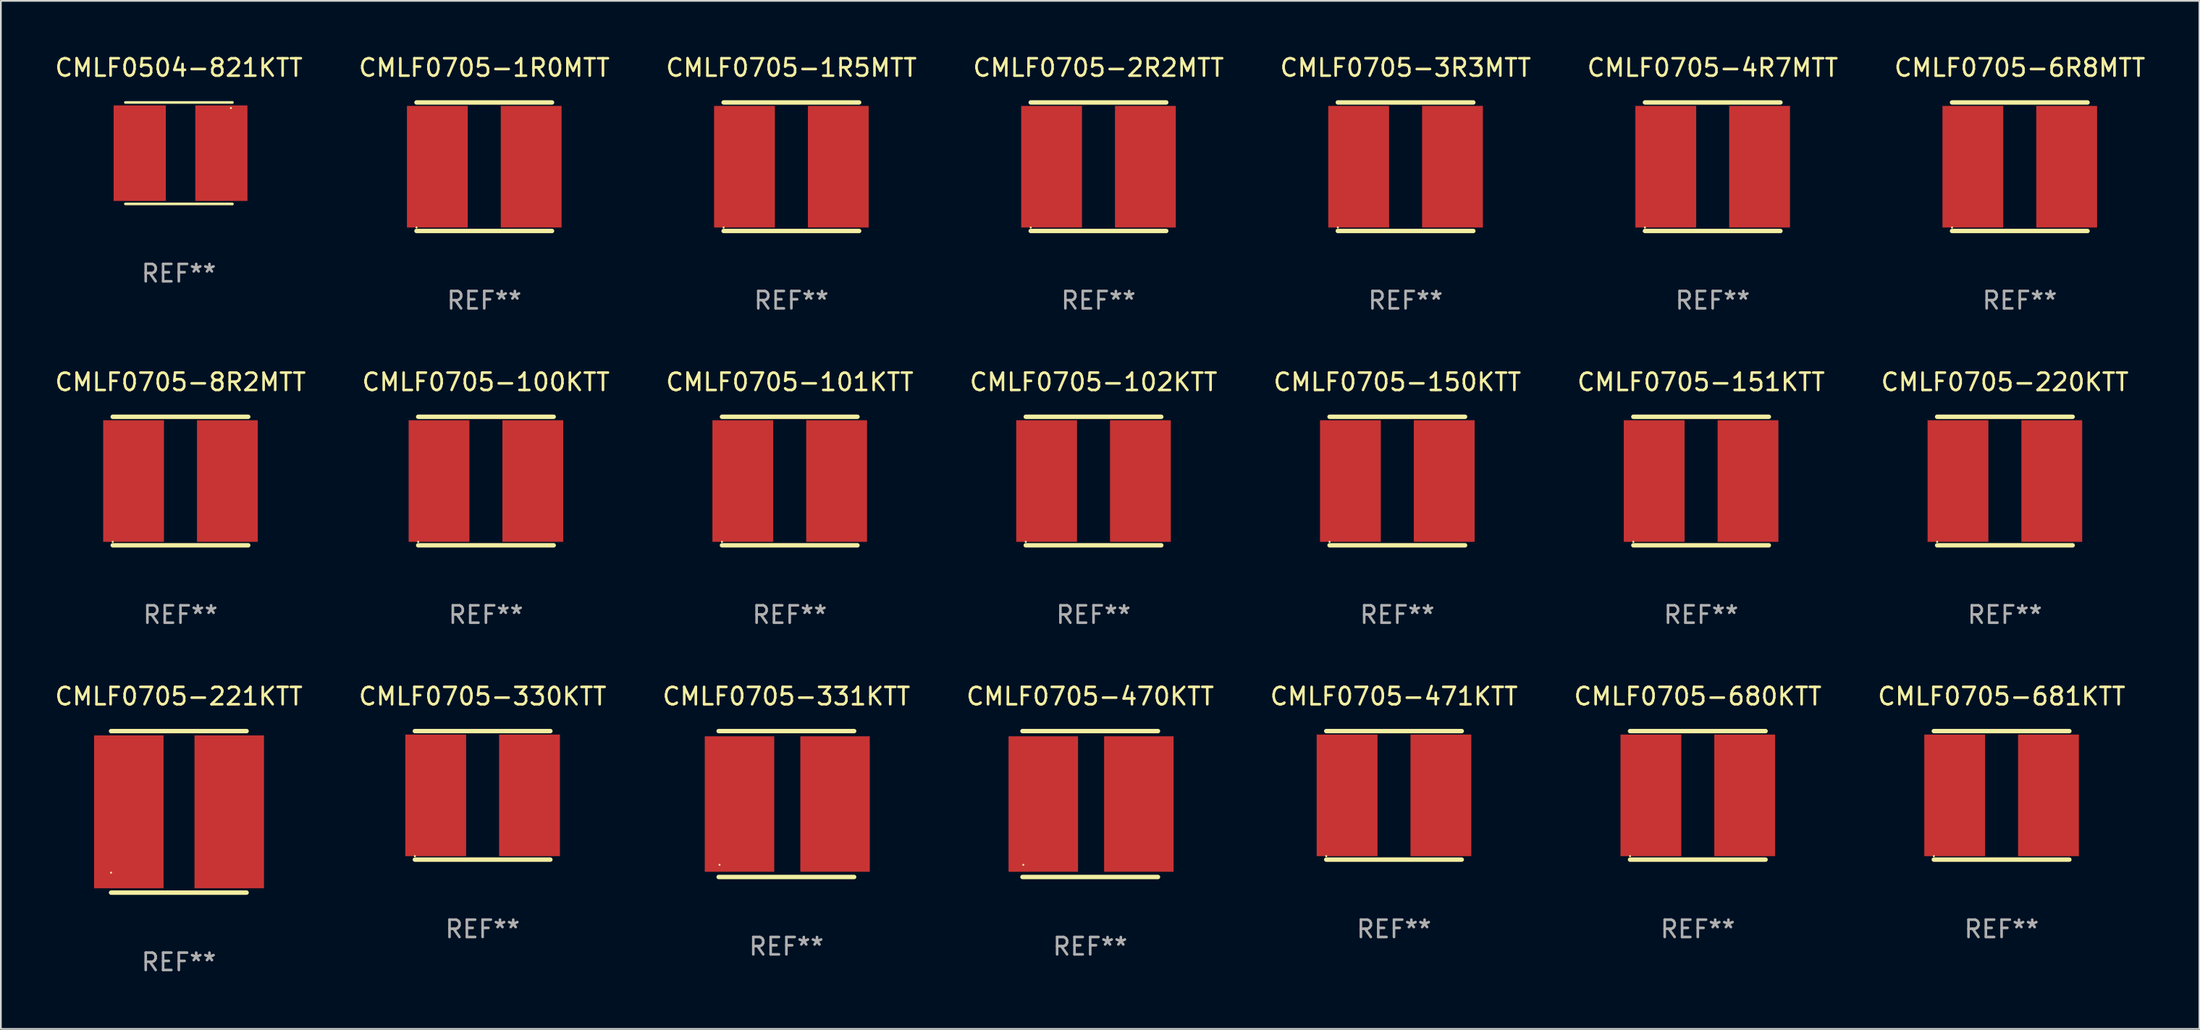
<source format=kicad_pcb>
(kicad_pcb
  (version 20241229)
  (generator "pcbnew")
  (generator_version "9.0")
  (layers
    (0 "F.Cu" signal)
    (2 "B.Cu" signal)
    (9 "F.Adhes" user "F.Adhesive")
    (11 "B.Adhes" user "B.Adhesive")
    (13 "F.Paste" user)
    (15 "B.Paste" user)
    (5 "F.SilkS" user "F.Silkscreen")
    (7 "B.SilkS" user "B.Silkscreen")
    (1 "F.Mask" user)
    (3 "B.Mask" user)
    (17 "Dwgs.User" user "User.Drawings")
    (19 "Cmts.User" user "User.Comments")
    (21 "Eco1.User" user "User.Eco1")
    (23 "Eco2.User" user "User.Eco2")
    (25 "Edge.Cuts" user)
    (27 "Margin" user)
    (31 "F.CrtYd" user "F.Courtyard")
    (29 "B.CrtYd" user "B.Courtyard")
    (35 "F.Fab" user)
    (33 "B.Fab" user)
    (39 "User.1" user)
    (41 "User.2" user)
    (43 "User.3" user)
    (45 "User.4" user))
  (footprint "CMLF0504-821KTT"
    (layer "F.Cu")
    (at 7.244 5.769)
    (property "Reference" "CMLF0504-821KTT" (at 0 -4.921 0) (layer "F.SilkS") (effects (font (size 1 1) (thickness 0.15))))
    (attr through_hole)
    (fp_line (start -3.076 2.921) (end 3.076 2.921) (stroke (width 0.152) (type solid)) (layer "F.SilkS"))
    (fp_line (start -3.076 -2.921) (end 3.076 -2.921) (stroke (width 0.152) (type solid)) (layer "F.SilkS"))
    (fp_line (start 3.076 2.921) (end 3.076 2.921) (stroke (width 0.152) (type solid)) (layer "F.SilkS"))
    (fp_line (start 3.076 -2.921) (end 3.076 -2.921) (stroke (width 0.152) (type solid)) (layer "F.SilkS"))
    (fp_circle (center 2.999 -2.6) (end 3.029 -2.6) (stroke (width 0.06) (type solid)) (fill no) (layer "F.SilkS"))
    (fp_text user "REF**" (at 0 6.921 0) (layer "F.Fab") (effects (font (size 1 1) (thickness 0.15))))
    (pad "1" smd rect (at 2.45 -0.000013) (size 3 5.5) (layers "F.Cu" "F.Mask" "F.Paste"))
    (pad "2" smd rect (at -2.251 -0.000013) (size 3 5.5) (layers "F.Cu" "F.Mask" "F.Paste")))
  (footprint "CMLF0705-8R2MTT"
    (layer "F.Cu")
    (at 7.339 24.645)
    (property "Reference" "CMLF0705-8R2MTT" (at 0 -5.7 0) (layer "F.SilkS") (effects (font (size 1 1) (thickness 0.15))))
    (attr through_hole)
    (fp_line (start -3.9 -3.7) (end 3.9 -3.7) (stroke (width 0.254) (type solid)) (layer "F.SilkS"))
    (fp_line (start -3.9 3.7) (end 3.9 3.7) (stroke (width 0.254) (type solid)) (layer "F.SilkS"))
    (fp_circle (center -3.9 3.5) (end -3.87 3.5) (stroke (width 0.06) (type solid)) (fill no) (layer "F.SilkS"))
    (fp_text user "REF**" (at 0 7.7 0) (layer "F.Fab") (effects (font (size 1 1) (thickness 0.15))))
    (pad "1" smd rect (at -2.7 0) (size 3.5 7) (layers "F.Cu" "F.Mask" "F.Paste"))
    (pad "2" smd rect (at 2.7 0) (size 3.5 7) (layers "F.Cu" "F.Mask" "F.Paste")))
  (footprint "CMLF0705-3R3MTT"
    (layer "F.Cu")
    (at 77.863 6.548)
    (property "Reference" "CMLF0705-3R3MTT" (at 0 -5.7 0) (layer "F.SilkS") (effects (font (size 1 1) (thickness 0.15))))
    (attr through_hole)
    (fp_line (start -3.9 -3.7) (end 3.9 -3.7) (stroke (width 0.254) (type solid)) (layer "F.SilkS"))
    (fp_line (start -3.9 3.7) (end 3.9 3.7) (stroke (width 0.254) (type solid)) (layer "F.SilkS"))
    (fp_circle (center -3.9 3.5) (end -3.87 3.5) (stroke (width 0.06) (type solid)) (fill no) (layer "F.SilkS"))
    (fp_text user "REF**" (at 0 7.7 0) (layer "F.Fab") (effects (font (size 1 1) (thickness 0.15))))
    (pad "1" smd rect (at -2.7 0) (size 3.5 7) (layers "F.Cu" "F.Mask" "F.Paste"))
    (pad "2" smd rect (at 2.7 0) (size 3.5 7) (layers "F.Cu" "F.Mask" "F.Paste")))
  (footprint "CMLF0705-100KTT"
    (layer "F.Cu")
    (at 24.923 24.645)
    (property "Reference" "CMLF0705-100KTT" (at 0 -5.7 0) (layer "F.SilkS") (effects (font (size 1 1) (thickness 0.15))))
    (attr through_hole)
    (fp_line (start -3.9 -3.7) (end 3.9 -3.7) (stroke (width 0.254) (type solid)) (layer "F.SilkS"))
    (fp_line (start -3.9 3.7) (end 3.9 3.7) (stroke (width 0.254) (type solid)) (layer "F.SilkS"))
    (fp_circle (center -3.9 3.5) (end -3.87 3.5) (stroke (width 0.06) (type solid)) (fill no) (layer "F.SilkS"))
    (fp_text user "REF**" (at 0 7.7 0) (layer "F.Fab") (effects (font (size 1 1) (thickness 0.15))))
    (pad "1" smd rect (at -2.7 0) (size 3.5 7) (layers "F.Cu" "F.Mask" "F.Paste"))
    (pad "2" smd rect (at 2.7 0) (size 3.5 7) (layers "F.Cu" "F.Mask" "F.Paste")))
  (footprint "CMLF0705-331KTT"
    (layer "F.Cu")
    (at 42.22 43.241)
    (property "Reference" "CMLF0705-331KTT" (at 0 -6.2 0) (layer "F.SilkS") (effects (font (size 1 1) (thickness 0.15))))
    (attr through_hole)
    (fp_line (start -3.9 -4.2) (end 3.9 -4.2) (stroke (width 0.254) (type solid)) (layer "F.SilkS"))
    (fp_line (start -3.9 4.2) (end 3.9 4.2) (stroke (width 0.254) (type solid)) (layer "F.SilkS"))
    (fp_circle (center -3.85 3.5) (end -3.82 3.5) (stroke (width 0.06) (type solid)) (fill no) (layer "F.SilkS"))
    (fp_text user "REF**" (at 0 8.2 0) (layer "F.Fab") (effects (font (size 1 1) (thickness 0.15))))
    (pad "1" smd rect (at -2.7 0) (size 4 7.8) (layers "F.Cu" "F.Mask" "F.Paste"))
    (pad "2" smd rect (at 2.8 0) (size 4 7.8) (layers "F.Cu" "F.Mask" "F.Paste")))
  (footprint "CMLF0705-1R5MTT"
    (layer "F.Cu")
    (at 42.506 6.548)
    (property "Reference" "CMLF0705-1R5MTT" (at 0 -5.7 0) (layer "F.SilkS") (effects (font (size 1 1) (thickness 0.15))))
    (attr through_hole)
    (fp_line (start -3.9 -3.7) (end 3.9 -3.7) (stroke (width 0.254) (type solid)) (layer "F.SilkS"))
    (fp_line (start -3.9 3.7) (end 3.9 3.7) (stroke (width 0.254) (type solid)) (layer "F.SilkS"))
    (fp_circle (center -3.9 3.5) (end -3.87 3.5) (stroke (width 0.06) (type solid)) (fill no) (layer "F.SilkS"))
    (fp_text user "REF**" (at 0 7.7 0) (layer "F.Fab") (effects (font (size 1 1) (thickness 0.15))))
    (pad "1" smd rect (at -2.7 0) (size 3.5 7) (layers "F.Cu" "F.Mask" "F.Paste"))
    (pad "2" smd rect (at 2.7 0) (size 3.5 7) (layers "F.Cu" "F.Mask" "F.Paste")))
  (footprint "CMLF0705-470KTT"
    (layer "F.Cu")
    (at 59.708 43.241)
    (property "Reference" "CMLF0705-470KTT" (at 0 -6.2 0) (layer "F.SilkS") (effects (font (size 1 1) (thickness 0.15))))
    (attr through_hole)
    (fp_line (start -3.9 -4.2) (end 3.9 -4.2) (stroke (width 0.254) (type solid)) (layer "F.SilkS"))
    (fp_line (start -3.9 4.2) (end 3.9 4.2) (stroke (width 0.254) (type solid)) (layer "F.SilkS"))
    (fp_circle (center -3.85 3.5) (end -3.82 3.5) (stroke (width 0.06) (type solid)) (fill no) (layer "F.SilkS"))
    (fp_text user "REF**" (at 0 8.2 0) (layer "F.Fab") (effects (font (size 1 1) (thickness 0.15))))
    (pad "1" smd rect (at -2.7 0) (size 4 7.8) (layers "F.Cu" "F.Mask" "F.Paste"))
    (pad "2" smd rect (at 2.8 0) (size 4 7.8) (layers "F.Cu" "F.Mask" "F.Paste")))
  (footprint "CMLF0705-220KTT"
    (layer "F.Cu")
    (at 112.363 24.645)
    (property "Reference" "CMLF0705-220KTT" (at 0 -5.7 0) (layer "F.SilkS") (effects (font (size 1 1) (thickness 0.15))))
    (attr through_hole)
    (fp_line (start -3.9 -3.7) (end 3.9 -3.7) (stroke (width 0.254) (type solid)) (layer "F.SilkS"))
    (fp_line (start -3.9 3.7) (end 3.9 3.7) (stroke (width 0.254) (type solid)) (layer "F.SilkS"))
    (fp_circle (center -3.9 3.5) (end -3.87 3.5) (stroke (width 0.06) (type solid)) (fill no) (layer "F.SilkS"))
    (fp_text user "REF**" (at 0 7.7 0) (layer "F.Fab") (effects (font (size 1 1) (thickness 0.15))))
    (pad "1" smd rect (at -2.7 0) (size 3.5 7) (layers "F.Cu" "F.Mask" "F.Paste"))
    (pad "2" smd rect (at 2.7 0) (size 3.5 7) (layers "F.Cu" "F.Mask" "F.Paste")))
  (footprint "CMLF0705-330KTT"
    (layer "F.Cu")
    (at 24.732 42.741)
    (property "Reference" "CMLF0705-330KTT" (at 0 -5.7 0) (layer "F.SilkS") (effects (font (size 1 1) (thickness 0.15))))
    (attr through_hole)
    (fp_line (start -3.9 -3.7) (end 3.9 -3.7) (stroke (width 0.254) (type solid)) (layer "F.SilkS"))
    (fp_line (start -3.9 3.7) (end 3.9 3.7) (stroke (width 0.254) (type solid)) (layer "F.SilkS"))
    (fp_circle (center -3.9 3.5) (end -3.87 3.5) (stroke (width 0.06) (type solid)) (fill no) (layer "F.SilkS"))
    (fp_text user "REF**" (at 0 7.7 0) (layer "F.Fab") (effects (font (size 1 1) (thickness 0.15))))
    (pad "1" smd rect (at -2.7 0) (size 3.5 7) (layers "F.Cu" "F.Mask" "F.Paste"))
    (pad "2" smd rect (at 2.7 0) (size 3.5 7) (layers "F.Cu" "F.Mask" "F.Paste")))
  (footprint "CMLF0705-2R2MTT"
    (layer "F.Cu")
    (at 60.185 6.548)
    (property "Reference" "CMLF0705-2R2MTT" (at 0 -5.7 0) (layer "F.SilkS") (effects (font (size 1 1) (thickness 0.15))))
    (attr through_hole)
    (fp_line (start -3.9 -3.7) (end 3.9 -3.7) (stroke (width 0.254) (type solid)) (layer "F.SilkS"))
    (fp_line (start -3.9 3.7) (end 3.9 3.7) (stroke (width 0.254) (type solid)) (layer "F.SilkS"))
    (fp_circle (center -3.9 3.5) (end -3.87 3.5) (stroke (width 0.06) (type solid)) (fill no) (layer "F.SilkS"))
    (fp_text user "REF**" (at 0 7.7 0) (layer "F.Fab") (effects (font (size 1 1) (thickness 0.15))))
    (pad "1" smd rect (at -2.7 0) (size 3.5 7) (layers "F.Cu" "F.Mask" "F.Paste"))
    (pad "2" smd rect (at 2.7 0) (size 3.5 7) (layers "F.Cu" "F.Mask" "F.Paste")))
  (footprint "CMLF0705-1R0MTT"
    (layer "F.Cu")
    (at 24.827 6.548)
    (property "Reference" "CMLF0705-1R0MTT" (at 0 -5.7 0) (layer "F.SilkS") (effects (font (size 1 1) (thickness 0.15))))
    (attr through_hole)
    (fp_line (start -3.9 -3.7) (end 3.9 -3.7) (stroke (width 0.254) (type solid)) (layer "F.SilkS"))
    (fp_line (start -3.9 3.7) (end 3.9 3.7) (stroke (width 0.254) (type solid)) (layer "F.SilkS"))
    (fp_circle (center -3.9 3.5) (end -3.87 3.5) (stroke (width 0.06) (type solid)) (fill no) (layer "F.SilkS"))
    (fp_text user "REF**" (at 0 7.7 0) (layer "F.Fab") (effects (font (size 1 1) (thickness 0.15))))
    (pad "1" smd rect (at -2.7 0) (size 3.5 7) (layers "F.Cu" "F.Mask" "F.Paste"))
    (pad "2" smd rect (at 2.7 0) (size 3.5 7) (layers "F.Cu" "F.Mask" "F.Paste")))
  (footprint "CMLF0705-681KTT"
    (layer "F.Cu")
    (at 112.173 42.741)
    (property "Reference" "CMLF0705-681KTT" (at 0 -5.7 0) (layer "F.SilkS") (effects (font (size 1 1) (thickness 0.15))))
    (attr through_hole)
    (fp_line (start -3.9 -3.7) (end 3.9 -3.7) (stroke (width 0.254) (type solid)) (layer "F.SilkS"))
    (fp_line (start -3.9 3.7) (end 3.9 3.7) (stroke (width 0.254) (type solid)) (layer "F.SilkS"))
    (fp_circle (center -3.9 3.5) (end -3.87 3.5) (stroke (width 0.06) (type solid)) (fill no) (layer "F.SilkS"))
    (fp_text user "REF**" (at 0 7.7 0) (layer "F.Fab") (effects (font (size 1 1) (thickness 0.15))))
    (pad "1" smd rect (at -2.7 0) (size 3.5 7) (layers "F.Cu" "F.Mask" "F.Paste"))
    (pad "2" smd rect (at 2.7 0) (size 3.5 7) (layers "F.Cu" "F.Mask" "F.Paste")))
  (footprint "CMLF0705-102KTT"
    (layer "F.Cu")
    (at 59.899 24.645)
    (property "Reference" "CMLF0705-102KTT" (at 0 -5.7 0) (layer "F.SilkS") (effects (font (size 1 1) (thickness 0.15))))
    (attr through_hole)
    (fp_line (start -3.9 -3.7) (end 3.9 -3.7) (stroke (width 0.254) (type solid)) (layer "F.SilkS"))
    (fp_line (start -3.9 3.7) (end 3.9 3.7) (stroke (width 0.254) (type solid)) (layer "F.SilkS"))
    (fp_circle (center -3.9 3.5) (end -3.87 3.5) (stroke (width 0.06) (type solid)) (fill no) (layer "F.SilkS"))
    (fp_text user "REF**" (at 0 7.7 0) (layer "F.Fab") (effects (font (size 1 1) (thickness 0.15))))
    (pad "1" smd rect (at -2.7 0) (size 3.5 7) (layers "F.Cu" "F.Mask" "F.Paste"))
    (pad "2" smd rect (at 2.7 0) (size 3.5 7) (layers "F.Cu" "F.Mask" "F.Paste")))
  (footprint "CMLF0705-680KTT"
    (layer "F.Cu")
    (at 94.685 42.741)
    (property "Reference" "CMLF0705-680KTT" (at 0 -5.7 0) (layer "F.SilkS") (effects (font (size 1 1) (thickness 0.15))))
    (attr through_hole)
    (fp_line (start -3.9 -3.7) (end 3.9 -3.7) (stroke (width 0.254) (type solid)) (layer "F.SilkS"))
    (fp_line (start -3.9 3.7) (end 3.9 3.7) (stroke (width 0.254) (type solid)) (layer "F.SilkS"))
    (fp_circle (center -3.9 3.5) (end -3.87 3.5) (stroke (width 0.06) (type solid)) (fill no) (layer "F.SilkS"))
    (fp_text user "REF**" (at 0 7.7 0) (layer "F.Fab") (effects (font (size 1 1) (thickness 0.15))))
    (pad "1" smd rect (at -2.7 0) (size 3.5 7) (layers "F.Cu" "F.Mask" "F.Paste"))
    (pad "2" smd rect (at 2.7 0) (size 3.5 7) (layers "F.Cu" "F.Mask" "F.Paste")))
  (footprint "CMLF0705-151KTT"
    (layer "F.Cu")
    (at 94.875 24.645)
    (property "Reference" "CMLF0705-151KTT" (at 0 -5.7 0) (layer "F.SilkS") (effects (font (size 1 1) (thickness 0.15))))
    (attr through_hole)
    (fp_line (start -3.9 -3.7) (end 3.9 -3.7) (stroke (width 0.254) (type solid)) (layer "F.SilkS"))
    (fp_line (start -3.9 3.7) (end 3.9 3.7) (stroke (width 0.254) (type solid)) (layer "F.SilkS"))
    (fp_circle (center -3.9 3.5) (end -3.87 3.5) (stroke (width 0.06) (type solid)) (fill no) (layer "F.SilkS"))
    (fp_text user "REF**" (at 0 7.7 0) (layer "F.Fab") (effects (font (size 1 1) (thickness 0.15))))
    (pad "1" smd rect (at -2.7 0) (size 3.5 7) (layers "F.Cu" "F.Mask" "F.Paste"))
    (pad "2" smd rect (at 2.7 0) (size 3.5 7) (layers "F.Cu" "F.Mask" "F.Paste")))
  (footprint "CMLF0705-150KTT"
    (layer "F.Cu")
    (at 77.387 24.645)
    (property "Reference" "CMLF0705-150KTT" (at 0 -5.7 0) (layer "F.SilkS") (effects (font (size 1 1) (thickness 0.15))))
    (attr through_hole)
    (fp_line (start -3.9 -3.7) (end 3.9 -3.7) (stroke (width 0.254) (type solid)) (layer "F.SilkS"))
    (fp_line (start -3.9 3.7) (end 3.9 3.7) (stroke (width 0.254) (type solid)) (layer "F.SilkS"))
    (fp_circle (center -3.9 3.5) (end -3.87 3.5) (stroke (width 0.06) (type solid)) (fill no) (layer "F.SilkS"))
    (fp_text user "REF**" (at 0 7.7 0) (layer "F.Fab") (effects (font (size 1 1) (thickness 0.15))))
    (pad "1" smd rect (at -2.7 0) (size 3.5 7) (layers "F.Cu" "F.Mask" "F.Paste"))
    (pad "2" smd rect (at 2.7 0) (size 3.5 7) (layers "F.Cu" "F.Mask" "F.Paste")))
  (footprint "CMLF0705-471KTT"
    (layer "F.Cu")
    (at 77.196 42.741)
    (property "Reference" "CMLF0705-471KTT" (at 0 -5.7 0) (layer "F.SilkS") (effects (font (size 1 1) (thickness 0.15))))
    (attr through_hole)
    (fp_line (start -3.9 -3.7) (end 3.9 -3.7) (stroke (width 0.254) (type solid)) (layer "F.SilkS"))
    (fp_line (start -3.9 3.7) (end 3.9 3.7) (stroke (width 0.254) (type solid)) (layer "F.SilkS"))
    (fp_circle (center -3.9 3.5) (end -3.87 3.5) (stroke (width 0.06) (type solid)) (fill no) (layer "F.SilkS"))
    (fp_text user "REF**" (at 0 7.7 0) (layer "F.Fab") (effects (font (size 1 1) (thickness 0.15))))
    (pad "1" smd rect (at -2.7 0) (size 3.5 7) (layers "F.Cu" "F.Mask" "F.Paste"))
    (pad "2" smd rect (at 2.7 0) (size 3.5 7) (layers "F.Cu" "F.Mask" "F.Paste")))
  (footprint "CMLF0705-101KTT"
    (layer "F.Cu")
    (at 42.411 24.645)
    (property "Reference" "CMLF0705-101KTT" (at 0 -5.7 0) (layer "F.SilkS") (effects (font (size 1 1) (thickness 0.15))))
    (attr through_hole)
    (fp_line (start -3.9 -3.7) (end 3.9 -3.7) (stroke (width 0.254) (type solid)) (layer "F.SilkS"))
    (fp_line (start -3.9 3.7) (end 3.9 3.7) (stroke (width 0.254) (type solid)) (layer "F.SilkS"))
    (fp_circle (center -3.9 3.5) (end -3.87 3.5) (stroke (width 0.06) (type solid)) (fill no) (layer "F.SilkS"))
    (fp_text user "REF**" (at 0 7.7 0) (layer "F.Fab") (effects (font (size 1 1) (thickness 0.15))))
    (pad "1" smd rect (at -2.7 0) (size 3.5 7) (layers "F.Cu" "F.Mask" "F.Paste"))
    (pad "2" smd rect (at 2.7 0) (size 3.5 7) (layers "F.Cu" "F.Mask" "F.Paste")))
  (footprint "CMLF0705-221KTT"
    (layer "F.Cu")
    (at 7.244 43.691)
    (property "Reference" "CMLF0705-221KTT" (at 0 -6.65 0) (layer "F.SilkS") (effects (font (size 1 1) (thickness 0.15))))
    (attr through_hole)
    (fp_line (start -3.9 -4.65) (end 3.9 -4.65) (stroke (width 0.254) (type solid)) (layer "F.SilkS"))
    (fp_line (start -3.9 4.65) (end 3.9 4.65) (stroke (width 0.254) (type solid)) (layer "F.SilkS"))
    (fp_circle (center -3.9 3.5) (end -3.87 3.5) (stroke (width 0.06) (type solid)) (fill no) (layer "F.SilkS"))
    (fp_text user "REF**" (at 0 8.65 0) (layer "F.Fab") (effects (font (size 1 1) (thickness 0.15))))
    (pad "1" smd rect (at -2.879 0) (size 4 8.8) (layers "F.Cu" "F.Mask" "F.Paste"))
    (pad "2" smd rect (at 2.902 0) (size 4 8.8) (layers "F.Cu" "F.Mask" "F.Paste")))
  (footprint "CMLF0705-4R7MTT"
    (layer "F.Cu")
    (at 95.542 6.548)
    (property "Reference" "CMLF0705-4R7MTT" (at 0 -5.7 0) (layer "F.SilkS") (effects (font (size 1 1) (thickness 0.15))))
    (attr through_hole)
    (fp_line (start -3.9 -3.7) (end 3.9 -3.7) (stroke (width 0.254) (type solid)) (layer "F.SilkS"))
    (fp_line (start -3.9 3.7) (end 3.9 3.7) (stroke (width 0.254) (type solid)) (layer "F.SilkS"))
    (fp_circle (center -3.9 3.5) (end -3.87 3.5) (stroke (width 0.06) (type solid)) (fill no) (layer "F.SilkS"))
    (fp_text user "REF**" (at 0 7.7 0) (layer "F.Fab") (effects (font (size 1 1) (thickness 0.15))))
    (pad "1" smd rect (at -2.7 0) (size 3.5 7) (layers "F.Cu" "F.Mask" "F.Paste"))
    (pad "2" smd rect (at 2.7 0) (size 3.5 7) (layers "F.Cu" "F.Mask" "F.Paste")))
  (footprint "CMLF0705-6R8MTT"
    (layer "F.Cu")
    (at 113.22 6.548)
    (property "Reference" "CMLF0705-6R8MTT" (at 0 -5.7 0) (layer "F.SilkS") (effects (font (size 1 1) (thickness 0.15))))
    (attr through_hole)
    (fp_line (start -3.9 -3.7) (end 3.9 -3.7) (stroke (width 0.254) (type solid)) (layer "F.SilkS"))
    (fp_line (start -3.9 3.7) (end 3.9 3.7) (stroke (width 0.254) (type solid)) (layer "F.SilkS"))
    (fp_circle (center -3.9 3.5) (end -3.87 3.5) (stroke (width 0.06) (type solid)) (fill no) (layer "F.SilkS"))
    (fp_text user "REF**" (at 0 7.7 0) (layer "F.Fab") (effects (font (size 1 1) (thickness 0.15))))
    (pad "1" smd rect (at -2.7 0) (size 3.5 7) (layers "F.Cu" "F.Mask" "F.Paste"))
    (pad "2" smd rect (at 2.7 0) (size 3.5 7) (layers "F.Cu" "F.Mask" "F.Paste")))
  (gr_rect
    (start -3 -3)
    (end 123.56 56.19)
    (stroke (width 0.1) (type default))
    (fill no)
    (layer "Edge.Cuts")))
</source>
